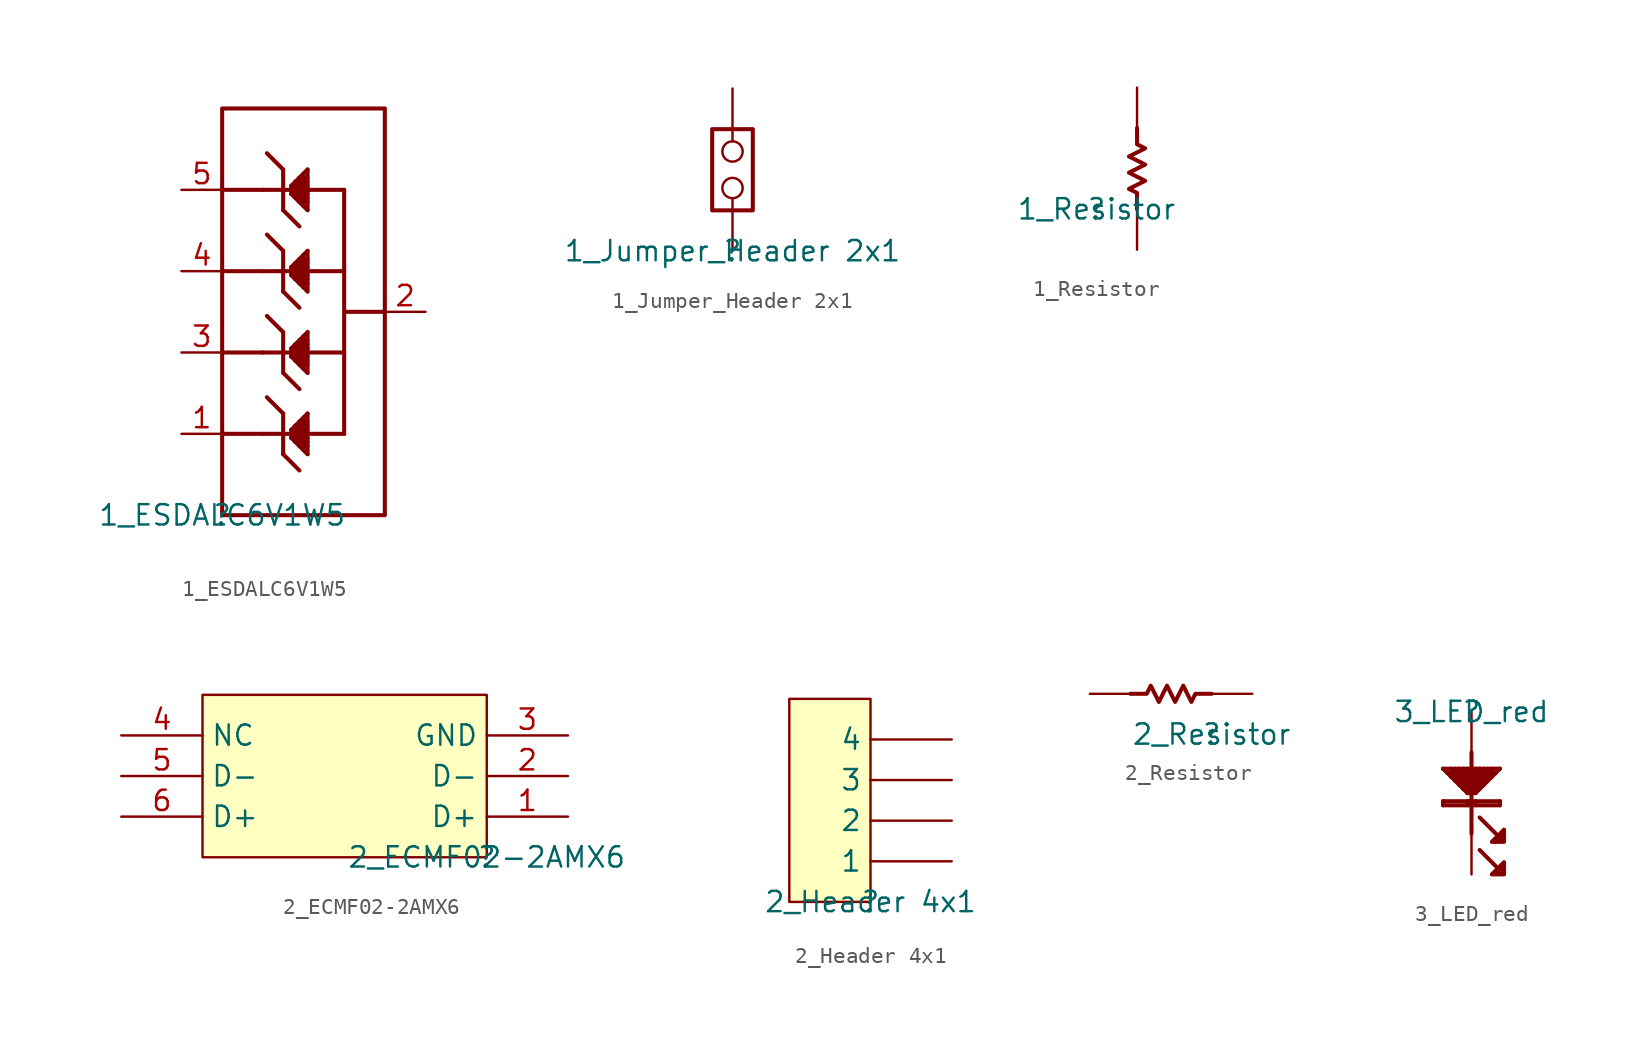
<source format=kicad_sym>
(kicad_symbol_lib
  (version 20211014)
  (generator kicad_symbol_editor)
  (symbol "1_ESDALC6V1W5"
    (property "Reference" ""
      (at 0 0 0)
      (effects (font (size 1.27 1.27))))
    (property "Value" "1_ESDALC6V1W5"
      (at 0 0 0)
      (effects (font (size 1.27 1.27))))
    (symbol "1_ESDALC6V1W5_1_0"
      (polyline (pts (xy 2.54 5.08) (xy 0 5.08)) (stroke (width 0.254) (type default) (color 0 0 0 0)) (fill (type none)))
      (polyline (pts (xy 2.54 10.16) (xy 0 10.16)) (stroke (width 0.254) (type default) (color 0 0 0 0)) (fill (type none)))
      (polyline (pts (xy 2.54 15.24) (xy 0 15.24)) (stroke (width 0.254) (type default) (color 0 0 0 0)) (fill (type none)))
      (polyline (pts (xy 2.54 20.32) (xy 0 20.32)) (stroke (width 0.254) (type default) (color 0 0 0 0)) (fill (type none)))
      (polyline (pts (xy 3.81 3.81) (xy 3.81 6.35)) (stroke (width 0.254) (type default) (color 0 0 0 0)) (fill (type none)))
      (polyline (pts (xy 3.81 3.81) (xy 4.826 2.794)) (stroke (width 0.254) (type default) (color 0 0 0 0)) (fill (type none)))
      (polyline (pts (xy 3.81 6.35) (xy 2.794 7.366)) (stroke (width 0.254) (type default) (color 0 0 0 0)) (fill (type none)))
      (polyline (pts (xy 3.81 8.89) (xy 3.81 11.43)) (stroke (width 0.254) (type default) (color 0 0 0 0)) (fill (type none)))
      (polyline (pts (xy 3.81 8.89) (xy 4.826 7.874)) (stroke (width 0.254) (type default) (color 0 0 0 0)) (fill (type none)))
      (polyline (pts (xy 3.81 11.43) (xy 2.794 12.446)) (stroke (width 0.254) (type default) (color 0 0 0 0)) (fill (type none)))
      (polyline (pts (xy 3.81 13.97) (xy 3.81 16.51)) (stroke (width 0.254) (type default) (color 0 0 0 0)) (fill (type none)))
      (polyline (pts (xy 3.81 13.97) (xy 4.826 12.954)) (stroke (width 0.254) (type default) (color 0 0 0 0)) (fill (type none)))
      (polyline (pts (xy 3.81 16.51) (xy 2.794 17.526)) (stroke (width 0.254) (type default) (color 0 0 0 0)) (fill (type none)))
      (polyline (pts (xy 3.81 19.05) (xy 3.81 21.59)) (stroke (width 0.254) (type default) (color 0 0 0 0)) (fill (type none)))
      (polyline (pts (xy 3.81 19.05) (xy 4.826 18.034)) (stroke (width 0.254) (type default) (color 0 0 0 0)) (fill (type none)))
      (polyline (pts (xy 3.81 21.59) (xy 2.794 22.606)) (stroke (width 0.254) (type default) (color 0 0 0 0)) (fill (type none)))
      (polyline (pts (xy 4.318 4.826) (xy 4.318 5.334)) (stroke (width 0.254) (type default) (color 0 0 0 0)) (fill (type none)))
      (polyline (pts (xy 4.318 5.334) (xy 5.334 6.35)) (stroke (width 0.254) (type default) (color 0 0 0 0)) (fill (type none)))
      (polyline (pts (xy 4.318 9.906) (xy 4.318 10.414)) (stroke (width 0.254) (type default) (color 0 0 0 0)) (fill (type none)))
      (polyline (pts (xy 4.318 10.414) (xy 5.334 11.43)) (stroke (width 0.254) (type default) (color 0 0 0 0)) (fill (type none)))
      (polyline (pts (xy 4.318 14.986) (xy 4.318 15.494)) (stroke (width 0.254) (type default) (color 0 0 0 0)) (fill (type none)))
      (polyline (pts (xy 4.318 15.494) (xy 5.334 16.51)) (stroke (width 0.254) (type default) (color 0 0 0 0)) (fill (type none)))
      (polyline (pts (xy 4.318 20.066) (xy 4.318 20.574)) (stroke (width 0.254) (type default) (color 0 0 0 0)) (fill (type none)))
      (polyline (pts (xy 4.318 20.574) (xy 5.334 21.59)) (stroke (width 0.254) (type default) (color 0 0 0 0)) (fill (type none)))
      (polyline (pts (xy 4.572 4.572) (xy 4.572 5.588)) (stroke (width 0.254) (type default) (color 0 0 0 0)) (fill (type none)))
      (polyline (pts (xy 4.572 9.652) (xy 4.572 10.668)) (stroke (width 0.254) (type default) (color 0 0 0 0)) (fill (type none)))
      (polyline (pts (xy 4.572 14.732) (xy 4.572 15.748)) (stroke (width 0.254) (type default) (color 0 0 0 0)) (fill (type none)))
      (polyline (pts (xy 4.572 19.812) (xy 4.572 20.828)) (stroke (width 0.254) (type default) (color 0 0 0 0)) (fill (type none)))
      (polyline (pts (xy 4.826 4.318) (xy 4.826 5.842)) (stroke (width 0.254) (type default) (color 0 0 0 0)) (fill (type none)))
      (polyline (pts (xy 4.826 9.398) (xy 4.826 10.922)) (stroke (width 0.254) (type default) (color 0 0 0 0)) (fill (type none)))
      (polyline (pts (xy 4.826 14.478) (xy 4.826 16.002)) (stroke (width 0.254) (type default) (color 0 0 0 0)) (fill (type none)))
      (polyline (pts (xy 4.826 19.558) (xy 4.826 21.082)) (stroke (width 0.254) (type default) (color 0 0 0 0)) (fill (type none)))
      (polyline (pts (xy 5.08 4.064) (xy 5.08 6.096)) (stroke (width 0.254) (type default) (color 0 0 0 0)) (fill (type none)))
      (polyline (pts (xy 5.08 9.144) (xy 5.08 11.176)) (stroke (width 0.254) (type default) (color 0 0 0 0)) (fill (type none)))
      (polyline (pts (xy 5.08 14.224) (xy 5.08 16.256)) (stroke (width 0.254) (type default) (color 0 0 0 0)) (fill (type none)))
      (polyline (pts (xy 5.08 19.304) (xy 5.08 21.336)) (stroke (width 0.254) (type default) (color 0 0 0 0)) (fill (type none)))
      (polyline (pts (xy 5.334 3.81) (xy 4.318 4.826)) (stroke (width 0.254) (type default) (color 0 0 0 0)) (fill (type none)))
      (polyline (pts (xy 5.334 3.81) (xy 5.334 6.35)) (stroke (width 0.254) (type default) (color 0 0 0 0)) (fill (type none)))
      (polyline (pts (xy 5.334 4.318) (xy 4.826 4.318)) (stroke (width 0.254) (type default) (color 0 0 0 0)) (fill (type none)))
      (polyline (pts (xy 5.334 4.572) (xy 4.572 4.572)) (stroke (width 0.254) (type default) (color 0 0 0 0)) (fill (type none)))
      (polyline (pts (xy 5.334 4.826) (xy 4.318 4.826)) (stroke (width 0.254) (type default) (color 0 0 0 0)) (fill (type none)))
      (polyline (pts (xy 5.334 5.334) (xy 4.318 5.334)) (stroke (width 0.254) (type default) (color 0 0 0 0)) (fill (type none)))
      (polyline (pts (xy 5.334 5.588) (xy 4.572 5.588)) (stroke (width 0.254) (type default) (color 0 0 0 0)) (fill (type none)))
      (polyline (pts (xy 5.334 5.842) (xy 4.826 5.842)) (stroke (width 0.254) (type default) (color 0 0 0 0)) (fill (type none)))
      (polyline (pts (xy 5.334 8.89) (xy 4.318 9.906)) (stroke (width 0.254) (type default) (color 0 0 0 0)) (fill (type none)))
      (polyline (pts (xy 5.334 8.89) (xy 5.334 11.43)) (stroke (width 0.254) (type default) (color 0 0 0 0)) (fill (type none)))
      (polyline (pts (xy 5.334 9.398) (xy 4.826 9.398)) (stroke (width 0.254) (type default) (color 0 0 0 0)) (fill (type none)))
      (polyline (pts (xy 5.334 9.652) (xy 4.572 9.652)) (stroke (width 0.254) (type default) (color 0 0 0 0)) (fill (type none)))
      (polyline (pts (xy 5.334 9.906) (xy 4.318 9.906)) (stroke (width 0.254) (type default) (color 0 0 0 0)) (fill (type none)))
      (polyline (pts (xy 5.334 10.414) (xy 4.318 10.414)) (stroke (width 0.254) (type default) (color 0 0 0 0)) (fill (type none)))
      (polyline (pts (xy 5.334 10.668) (xy 4.572 10.668)) (stroke (width 0.254) (type default) (color 0 0 0 0)) (fill (type none)))
      (polyline (pts (xy 5.334 10.922) (xy 4.826 10.922)) (stroke (width 0.254) (type default) (color 0 0 0 0)) (fill (type none)))
      (polyline (pts (xy 5.334 13.97) (xy 4.318 14.986)) (stroke (width 0.254) (type default) (color 0 0 0 0)) (fill (type none)))
      (polyline (pts (xy 5.334 13.97) (xy 5.334 16.51)) (stroke (width 0.254) (type default) (color 0 0 0 0)) (fill (type none)))
      (polyline (pts (xy 5.334 14.478) (xy 4.826 14.478)) (stroke (width 0.254) (type default) (color 0 0 0 0)) (fill (type none)))
      (polyline (pts (xy 5.334 14.732) (xy 4.572 14.732)) (stroke (width 0.254) (type default) (color 0 0 0 0)) (fill (type none)))
      (polyline (pts (xy 5.334 14.986) (xy 4.318 14.986)) (stroke (width 0.254) (type default) (color 0 0 0 0)) (fill (type none)))
      (polyline (pts (xy 5.334 15.494) (xy 4.318 15.494)) (stroke (width 0.254) (type default) (color 0 0 0 0)) (fill (type none)))
      (polyline (pts (xy 5.334 15.748) (xy 4.572 15.748)) (stroke (width 0.254) (type default) (color 0 0 0 0)) (fill (type none)))
      (polyline (pts (xy 5.334 16.002) (xy 4.826 16.002)) (stroke (width 0.254) (type default) (color 0 0 0 0)) (fill (type none)))
      (polyline (pts (xy 5.334 19.05) (xy 4.318 20.066)) (stroke (width 0.254) (type default) (color 0 0 0 0)) (fill (type none)))
      (polyline (pts (xy 5.334 19.05) (xy 5.334 21.59)) (stroke (width 0.254) (type default) (color 0 0 0 0)) (fill (type none)))
      (polyline (pts (xy 5.334 19.558) (xy 4.826 19.558)) (stroke (width 0.254) (type default) (color 0 0 0 0)) (fill (type none)))
      (polyline (pts (xy 5.334 19.812) (xy 4.572 19.812)) (stroke (width 0.254) (type default) (color 0 0 0 0)) (fill (type none)))
      (polyline (pts (xy 5.334 20.066) (xy 4.318 20.066)) (stroke (width 0.254) (type default) (color 0 0 0 0)) (fill (type none)))
      (polyline (pts (xy 5.334 20.574) (xy 4.318 20.574)) (stroke (width 0.254) (type default) (color 0 0 0 0)) (fill (type none)))
      (polyline (pts (xy 5.334 20.828) (xy 4.572 20.828)) (stroke (width 0.254) (type default) (color 0 0 0 0)) (fill (type none)))
      (polyline (pts (xy 5.334 21.082) (xy 4.826 21.082)) (stroke (width 0.254) (type default) (color 0 0 0 0)) (fill (type none)))
      (polyline (pts (xy 7.62 5.08) (xy 2.54 5.08)) (stroke (width 0.254) (type default) (color 0 0 0 0)) (fill (type none)))
      (polyline (pts (xy 7.62 5.08) (xy 7.62 20.32)) (stroke (width 0.254) (type default) (color 0 0 0 0)) (fill (type none)))
      (polyline (pts (xy 7.62 10.16) (xy 2.54 10.16)) (stroke (width 0.254) (type default) (color 0 0 0 0)) (fill (type none)))
      (polyline (pts (xy 7.62 15.24) (xy 2.54 15.24)) (stroke (width 0.254) (type default) (color 0 0 0 0)) (fill (type none)))
      (polyline (pts (xy 7.62 20.32) (xy 2.54 20.32)) (stroke (width 0.254) (type default) (color 0 0 0 0)) (fill (type none)))
      (polyline (pts (xy 10.16 12.7) (xy 7.62 12.7)) (stroke (width 0.254) (type default) (color 0 0 0 0)) (fill (type none)))
      (rectangle (start 10.16 25.4) (end 0 0) (stroke (width 0.254) (type default) (color 0 0 0 0)) (fill (type none)))
      (pin passive line (at -2.54 5.08 0) (length 2.54) (name "IO1" (effects (font (size 0 0)))) (number "1" (effects (font (size 1.27 1.27)))))
      (pin passive line (at 12.7 12.7 180) (length 2.54) (name "GND" (effects (font (size 0 0)))) (number "2" (effects (font (size 1.27 1.27)))))
      (pin passive line (at -2.54 10.16 0) (length 2.54) (name "IO2" (effects (font (size 0 0)))) (number "3" (effects (font (size 1.27 1.27)))))
      (pin passive line (at -2.54 15.24 0) (length 2.54) (name "IO3" (effects (font (size 0 0)))) (number "4" (effects (font (size 1.27 1.27)))))
      (pin passive line (at -2.54 20.32 0) (length 2.54) (name "IO4" (effects (font (size 0 0)))) (number "5" (effects (font (size 1.27 1.27)))))))
  (symbol "1_Jumper_Header 2x1"
    (property "Reference" ""
      (at 0 0 0)
      (effects (font (size 1.27 1.27))))
    (property "Value" "1_Jumper_Header 2x1"
      (at 0 0 0)
      (effects (font (size 1.27 1.27))))
    (symbol "1_Jumper_Header 2x1_1_0"
      (polyline (pts (xy -1.27 2.54) (xy -1.27 7.62) (xy 1.27 7.62) (xy 1.27 2.54) (xy -1.27 2.54)) (stroke (width 0.254) (type default) (color 0 0 0 0)) (fill (type none)))
      (pin passive inverted (at 0 0 90) (length 4.572) (name "COMMON" (effects (font (size 0 0)))) (number "1" (effects (font (size 0 0)))))
      (pin passive inverted (at 0 10.16 270) (length 4.572) (name "NO" (effects (font (size 0 0)))) (number "2" (effects (font (size 0 0)))))))
  (symbol "1_Resistor"
    (property "Reference" ""
      (at 0 0 0)
      (effects (font (size 1.27 1.27))))
    (property "Value" "1_Resistor"
      (at 0 0 0)
      (effects (font (size 1.27 1.27))))
    (symbol "1_Resistor_1_0"
      (polyline (pts (xy 2.54 5.08) (xy 2.54 4.064) (xy 3.048 3.81) (xy 2.032 3.302) (xy 3.048 2.794) (xy 2.032 2.286) (xy 3.048 1.778) (xy 2.032 1.27) (xy 2.54 1.016) (xy 2.54 0)) (stroke (width 0.254) (type default) (color 0 0 0 0)) (fill (type none)))
      (pin passive line (at 2.54 -2.54 90) (length 2.54) (name "1" (effects (font (size 0 0)))) (number "1" (effects (font (size 0 0)))))
      (pin passive line (at 2.54 7.62 270) (length 2.54) (name "2" (effects (font (size 0 0)))) (number "2" (effects (font (size 0 0)))))))
  (symbol "2_ECMF02-2AMX6"
    (property "Reference" ""
      (at 0 0 0)
      (effects (font (size 1.27 1.27))))
    (property "Value" "2_ECMF02-2AMX6"
      (at 0 0 0)
      (effects (font (size 1.27 1.27))))
    (symbol "2_ECMF02-2AMX6_1_0"
      (rectangle (start 0 10.16) (end -17.78 0) (stroke (width 0) (type default) (color 0 0 0 0)) (fill (type background)))
      (pin passive line (at 5.08 2.54 180) (length 5.08) (name "D+" (effects (font (size 1.27 1.27)))) (number "1" (effects (font (size 1.27 1.27)))))
      (pin passive line (at 5.08 5.08 180) (length 5.08) (name "D-" (effects (font (size 1.27 1.27)))) (number "2" (effects (font (size 1.27 1.27)))))
      (pin passive line (at 5.08 7.62 180) (length 5.08) (name "GND" (effects (font (size 1.27 1.27)))) (number "3" (effects (font (size 1.27 1.27)))))
      (pin passive line (at -22.86 7.62 0) (length 5.08) (name "NC" (effects (font (size 1.27 1.27)))) (number "4" (effects (font (size 1.27 1.27)))))
      (pin passive line (at -22.86 5.08 0) (length 5.08) (name "D-" (effects (font (size 1.27 1.27)))) (number "5" (effects (font (size 1.27 1.27)))))
      (pin passive line (at -22.86 2.54 0) (length 5.08) (name "D+" (effects (font (size 1.27 1.27)))) (number "6" (effects (font (size 1.27 1.27)))))))
  (symbol "2_Header 4x1"
    (property "Reference" ""
      (at 0 0 0)
      (effects (font (size 1.27 1.27))))
    (property "Value" "2_Header 4x1"
      (at 0 0 0)
      (effects (font (size 1.27 1.27))))
    (symbol "2_Header 4x1_1_0"
      (rectangle (start 0 12.7) (end -5.08 0) (stroke (width 0) (type default) (color 0 0 0 0)) (fill (type background)))
      (pin passive line (at 5.08 2.54 180) (length 5.08) (name "1" (effects (font (size 1.27 1.27)))) (number "1" (effects (font (size 0 0)))))
      (pin passive line (at 5.08 5.08 180) (length 5.08) (name "2" (effects (font (size 1.27 1.27)))) (number "2" (effects (font (size 0 0)))))
      (pin passive line (at 5.08 7.62 180) (length 5.08) (name "3" (effects (font (size 1.27 1.27)))) (number "3" (effects (font (size 0 0)))))
      (pin passive line (at 5.08 10.16 180) (length 5.08) (name "4" (effects (font (size 1.27 1.27)))) (number "4" (effects (font (size 0 0)))))))
  (symbol "2_Resistor"
    (property "Reference" ""
      (at 0 0 0)
      (effects (font (size 1.27 1.27))))
    (property "Value" "2_Resistor"
      (at 0 0 0)
      (effects (font (size 1.27 1.27))))
    (symbol "2_Resistor_1_0"
      (polyline (pts (xy -5.08 2.54) (xy -4.064 2.54) (xy -3.81 3.048) (xy -3.302 2.032) (xy -2.794 3.048) (xy -2.286 2.032) (xy -1.778 3.048) (xy -1.27 2.032) (xy -1.016 2.54) (xy 0 2.54)) (stroke (width 0.254) (type default) (color 0 0 0 0)) (fill (type none)))
      (pin passive line (at 2.54 2.54 180) (length 2.54) (name "1" (effects (font (size 0 0)))) (number "1" (effects (font (size 0 0)))))
      (pin passive line (at -7.62 2.54 0) (length 2.54) (name "2" (effects (font (size 0 0)))) (number "2" (effects (font (size 0 0)))))))
  (symbol "3_LED_red"
    (property "Reference" ""
      (at 0 0 0)
      (effects (font (size 1.27 1.27))))
    (property "Value" "3_LED_red"
      (at 0 0 0)
      (effects (font (size 1.27 1.27))))
    (symbol "3_LED_red_1_0"
      (polyline (pts (xy -1.778 -5.588) (xy -1.778 -5.842)) (stroke (width 0.254) (type default) (color 0 0 0 0)) (fill (type none)))
      (polyline (pts (xy -1.27 -3.556) (xy -1.27 -4.064)) (stroke (width 0.254) (type default) (color 0 0 0 0)) (fill (type none)))
      (polyline (pts (xy -1.016 -3.556) (xy -1.016 -4.318)) (stroke (width 0.254) (type default) (color 0 0 0 0)) (fill (type none)))
      (polyline (pts (xy -0.762 -3.556) (xy -0.762 -4.572)) (stroke (width 0.254) (type default) (color 0 0 0 0)) (fill (type none)))
      (polyline (pts (xy -0.508 -3.556) (xy -0.508 -4.826)) (stroke (width 0.254) (type default) (color 0 0 0 0)) (fill (type none)))
      (polyline (pts (xy -0.254 -5.588) (xy -0.254 -5.842)) (stroke (width 0.254) (type default) (color 0 0 0 0)) (fill (type none)))
      (polyline (pts (xy -0.254 -5.08) (xy -1.778 -3.556)) (stroke (width 0.254) (type default) (color 0 0 0 0)) (fill (type none)))
      (polyline (pts (xy -0.254 -3.556) (xy -0.254 -5.08)) (stroke (width 0.254) (type default) (color 0 0 0 0)) (fill (type none)))
      (polyline (pts (xy 0 -2.54) (xy 0 -7.62)) (stroke (width 0.254) (type default) (color 0 0 0 0)) (fill (type none)))
      (polyline (pts (xy 0.254 -5.588) (xy 0.254 -5.842)) (stroke (width 0.254) (type default) (color 0 0 0 0)) (fill (type none)))
      (polyline (pts (xy 0.254 -5.08) (xy -0.254 -5.08)) (stroke (width 0.254) (type default) (color 0 0 0 0)) (fill (type none)))
      (polyline (pts (xy 0.254 -3.556) (xy 0.254 -5.08)) (stroke (width 0.254) (type default) (color 0 0 0 0)) (fill (type none)))
      (polyline (pts (xy 0.508 -8.636) (xy 1.524 -9.652)) (stroke (width 0.254) (type default) (color 0 0 0 0)) (fill (type none)))
      (polyline (pts (xy 0.508 -6.604) (xy 1.524 -7.62)) (stroke (width 0.254) (type default) (color 0 0 0 0)) (fill (type none)))
      (polyline (pts (xy 0.508 -4.826) (xy -0.508 -4.826)) (stroke (width 0.254) (type default) (color 0 0 0 0)) (fill (type none)))
      (polyline (pts (xy 0.508 -3.556) (xy 0.508 -4.826)) (stroke (width 0.254) (type default) (color 0 0 0 0)) (fill (type none)))
      (polyline (pts (xy 0.762 -4.572) (xy -0.762 -4.572)) (stroke (width 0.254) (type default) (color 0 0 0 0)) (fill (type none)))
      (polyline (pts (xy 0.762 -3.556) (xy 0.762 -4.572)) (stroke (width 0.254) (type default) (color 0 0 0 0)) (fill (type none)))
      (polyline (pts (xy 1.016 -4.318) (xy -1.016 -4.318)) (stroke (width 0.254) (type default) (color 0 0 0 0)) (fill (type none)))
      (polyline (pts (xy 1.016 -3.556) (xy 1.016 -4.318)) (stroke (width 0.254) (type default) (color 0 0 0 0)) (fill (type none)))
      (polyline (pts (xy 1.27 -4.064) (xy -1.27 -4.064)) (stroke (width 0.254) (type default) (color 0 0 0 0)) (fill (type none)))
      (polyline (pts (xy 1.27 -3.556) (xy 1.27 -4.064)) (stroke (width 0.254) (type default) (color 0 0 0 0)) (fill (type none)))
      (polyline (pts (xy 1.524 -3.81) (xy -1.524 -3.81)) (stroke (width 0.254) (type default) (color 0 0 0 0)) (fill (type none)))
      (polyline (pts (xy 1.778 -5.842) (xy -1.778 -5.842)) (stroke (width 0.254) (type default) (color 0 0 0 0)) (fill (type none)))
      (polyline (pts (xy 1.778 -5.588) (xy -1.778 -5.588)) (stroke (width 0.254) (type default) (color 0 0 0 0)) (fill (type none)))
      (polyline (pts (xy 1.778 -5.588) (xy 1.778 -5.842)) (stroke (width 0.254) (type default) (color 0 0 0 0)) (fill (type none)))
      (polyline (pts (xy 1.778 -3.556) (xy -1.778 -3.556)) (stroke (width 0.254) (type default) (color 0 0 0 0)) (fill (type none)))
      (polyline (pts (xy 1.778 -3.556) (xy 0.254 -5.08)) (stroke (width 0.254) (type default) (color 0 0 0 0)) (fill (type none)))
      (polyline (pts (xy 2.032 -9.398) (xy 2.032 -10.16) (xy 1.27 -10.16) (xy 2.032 -9.398)) (stroke (width 0.254) (type default) (color 0 0 0 0)) (fill (type outline)))
      (polyline (pts (xy 2.032 -7.366) (xy 2.032 -8.128) (xy 1.27 -8.128) (xy 2.032 -7.366)) (stroke (width 0.254) (type default) (color 0 0 0 0)) (fill (type outline)))
      (pin passive line (at 0 0 270) (length 2.54) (name "" (effects (font (size 0 0)))) (number "1" (effects (font (size 0 0)))))
      (pin passive line (at 0 -10.16 90) (length 2.54) (name "" (effects (font (size 0 0)))) (number "2" (effects (font (size 0 0))))))))
</source>
